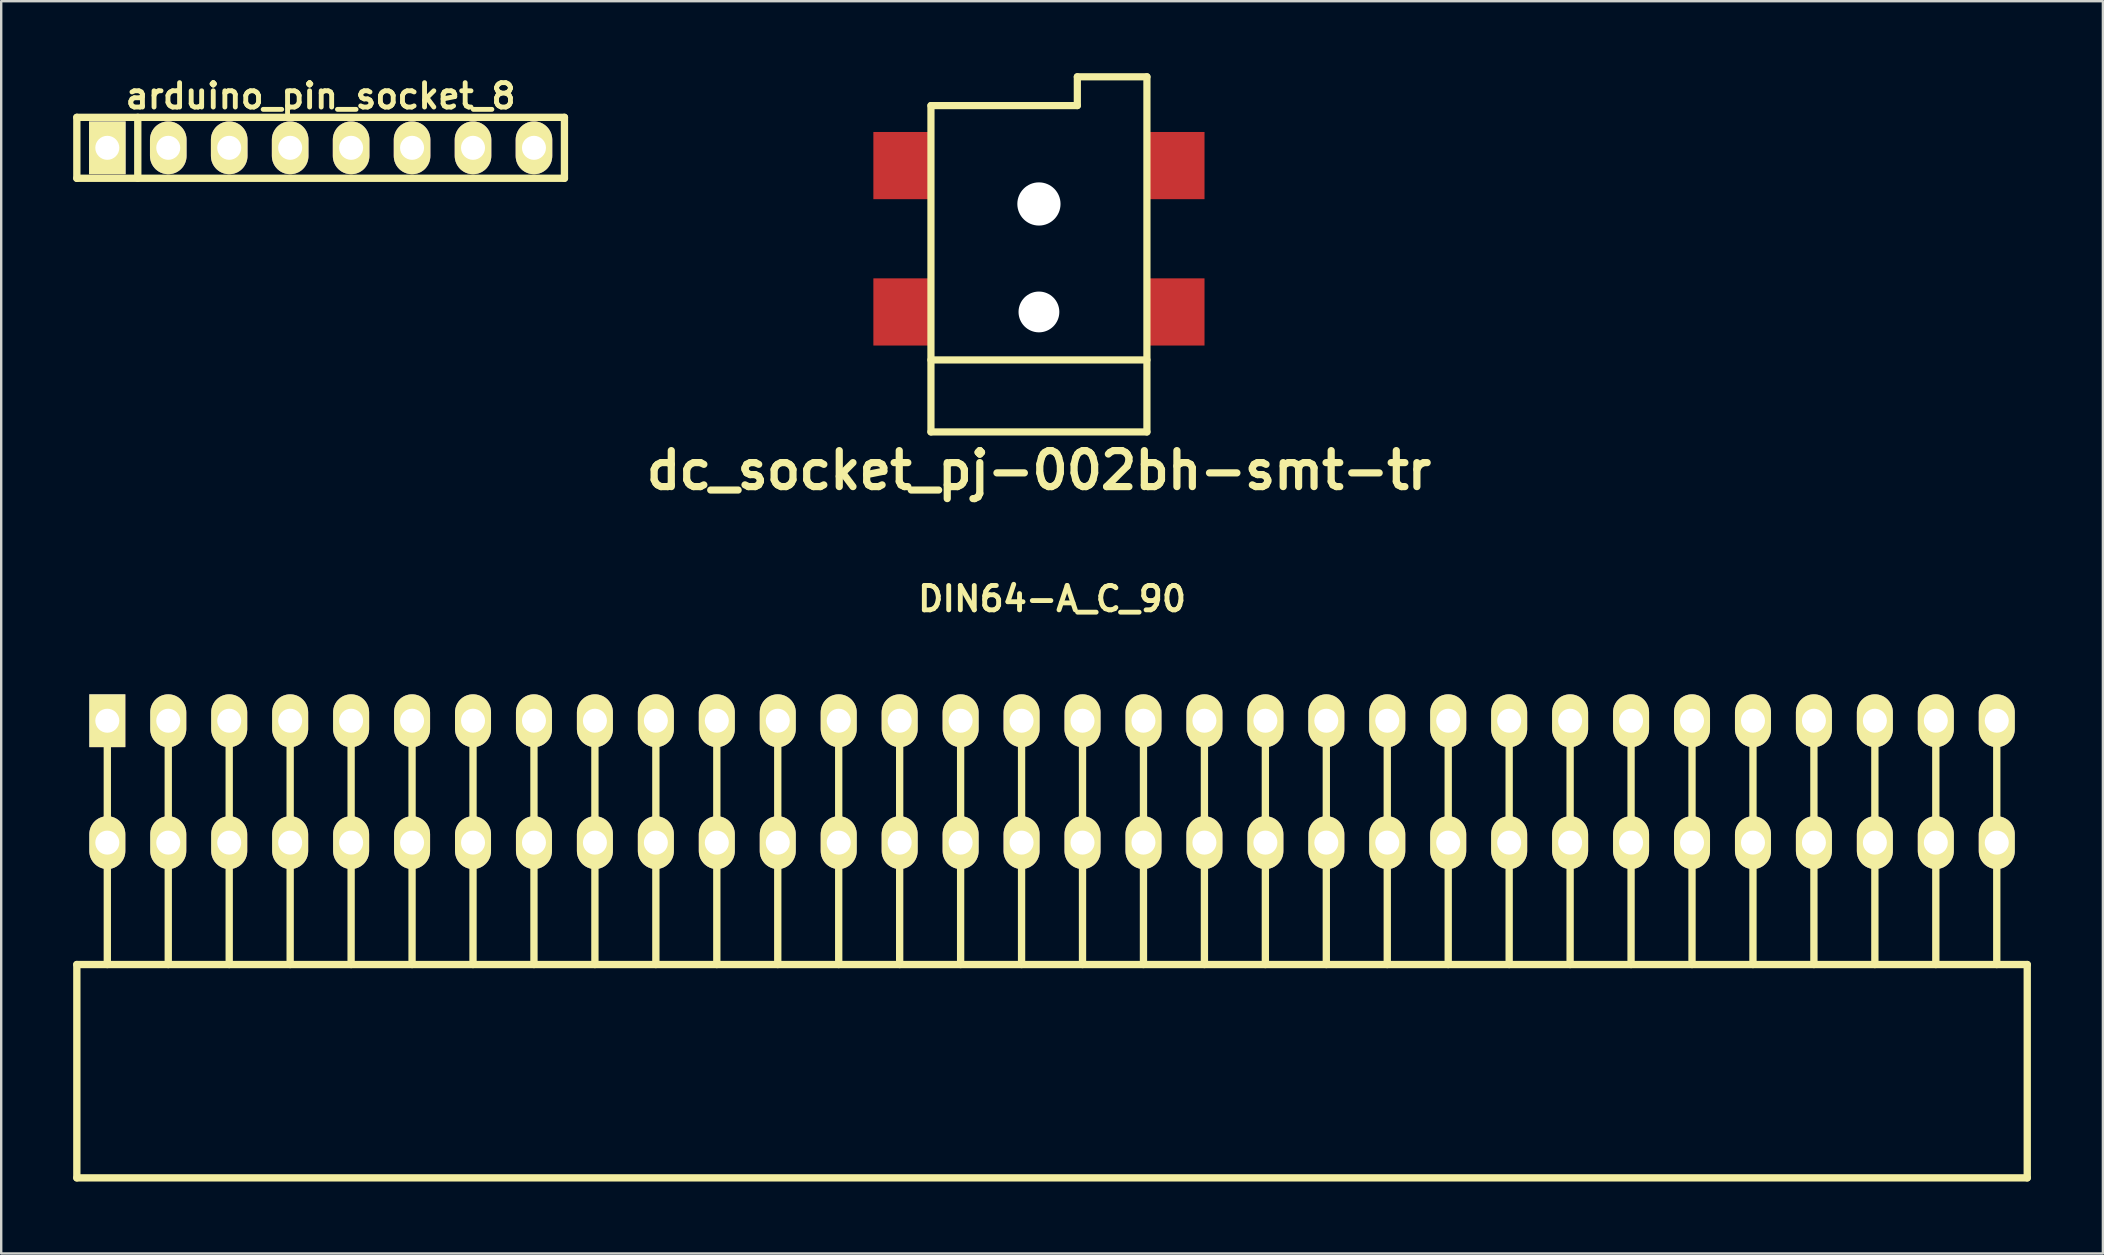
<source format=kicad_pcb>
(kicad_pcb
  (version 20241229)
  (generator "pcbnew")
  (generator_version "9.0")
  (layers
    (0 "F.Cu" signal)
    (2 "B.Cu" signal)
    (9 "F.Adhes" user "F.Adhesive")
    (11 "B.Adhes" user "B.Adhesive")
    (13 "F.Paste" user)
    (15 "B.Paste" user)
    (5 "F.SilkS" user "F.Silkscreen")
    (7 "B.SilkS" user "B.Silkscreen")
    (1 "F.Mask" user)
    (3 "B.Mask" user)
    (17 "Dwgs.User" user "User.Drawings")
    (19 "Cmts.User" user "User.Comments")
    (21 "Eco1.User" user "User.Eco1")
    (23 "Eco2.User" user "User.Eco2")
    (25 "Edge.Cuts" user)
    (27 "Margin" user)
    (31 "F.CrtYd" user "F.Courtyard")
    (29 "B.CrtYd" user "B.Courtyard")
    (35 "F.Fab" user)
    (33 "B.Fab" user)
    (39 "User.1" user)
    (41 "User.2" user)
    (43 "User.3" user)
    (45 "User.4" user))
  (footprint "arduino_pin_socket_8"
    (layer "F.Cu")
    (at 10.312 3.11)
    (property "Reference" "arduino_pin_socket_8" (at 0 -2.159 0) (layer "F.SilkS") (effects (font (size 1.016 1.016) (thickness 0.203))))
    (attr through_hole)
    (fp_line (start -10.16 -1.27) (end 10.16 -1.27) (stroke (width 0.305) (type solid)) (layer "F.SilkS"))
    (fp_line (start -10.16 1.27) (end -10.16 -1.27) (stroke (width 0.305) (type solid)) (layer "F.SilkS"))
    (fp_line (start -7.62 -1.27) (end -7.62 1.27) (stroke (width 0.305) (type solid)) (layer "F.SilkS"))
    (fp_line (start 10.16 -1.27) (end 10.16 1.27) (stroke (width 0.305) (type solid)) (layer "F.SilkS"))
    (fp_line (start 10.16 1.27) (end -10.16 1.27) (stroke (width 0.305) (type solid)) (layer "F.SilkS"))
    (pad "1" thru_hole rect (at -8.89 0) (size 1.524 2.2) (drill 1.001) (layers "*.Cu" "*.Mask" "F.SilkS"))
    (pad "2" thru_hole oval (at -6.35 0) (size 1.524 2.2) (drill 1.001) (layers "*.Cu" "*.Mask" "F.SilkS"))
    (pad "3" thru_hole oval (at -3.81 0) (size 1.524 2.2) (drill 1.001) (layers "*.Cu" "*.Mask" "F.SilkS"))
    (pad "4" thru_hole oval (at -1.27 0) (size 1.524 2.2) (drill 1.001) (layers "*.Cu" "*.Mask" "F.SilkS"))
    (pad "5" thru_hole oval (at 1.27 0) (size 1.524 2.2) (drill 1.001) (layers "*.Cu" "*.Mask" "F.SilkS"))
    (pad "6" thru_hole oval (at 3.81 0) (size 1.524 2.2) (drill 1.001) (layers "*.Cu" "*.Mask" "F.SilkS"))
    (pad "7" thru_hole oval (at 6.35 0) (size 1.524 2.2) (drill 1.001) (layers "*.Cu" "*.Mask" "F.SilkS"))
    (pad "8" thru_hole oval (at 8.89 0) (size 1.524 2.2) (drill 1.001) (layers "*.Cu" "*.Mask" "F.SilkS")))
  (footprint "DIN64-A_C_90"
    (layer "F.Cu")
    (at 40.792 29.525)
    (property "Reference" "DIN64-A_C_90" (at 0 -7.62 0) (layer "F.SilkS") (effects (font (size 1.016 1.016) (thickness 0.203))))
    (attr through_hole)
    (fp_line (start -40.64 7.62) (end 40.64 7.62) (stroke (width 0.305) (type solid)) (layer "F.SilkS"))
    (fp_line (start -40.64 16.51) (end -40.64 7.62) (stroke (width 0.305) (type solid)) (layer "F.SilkS"))
    (fp_line (start -39.37 -2.54) (end -39.37 7.62) (stroke (width 0.305) (type solid)) (layer "F.SilkS"))
    (fp_line (start -36.83 -2.54) (end -36.83 7.62) (stroke (width 0.305) (type solid)) (layer "F.SilkS"))
    (fp_line (start -34.29 7.62) (end -34.29 -2.54) (stroke (width 0.305) (type solid)) (layer "F.SilkS"))
    (fp_line (start -31.75 -2.54) (end -31.75 7.62) (stroke (width 0.305) (type solid)) (layer "F.SilkS"))
    (fp_line (start -29.21 -2.54) (end -29.21 7.62) (stroke (width 0.305) (type solid)) (layer "F.SilkS"))
    (fp_line (start -26.67 -2.54) (end -26.67 7.62) (stroke (width 0.305) (type solid)) (layer "F.SilkS"))
    (fp_line (start -24.13 -2.54) (end -24.13 7.62) (stroke (width 0.305) (type solid)) (layer "F.SilkS"))
    (fp_line (start -21.59 -2.54) (end -21.59 7.62) (stroke (width 0.305) (type solid)) (layer "F.SilkS"))
    (fp_line (start -19.05 -2.54) (end -19.05 7.62) (stroke (width 0.305) (type solid)) (layer "F.SilkS"))
    (fp_line (start -16.51 -2.54) (end -16.51 7.62) (stroke (width 0.305) (type solid)) (layer "F.SilkS"))
    (fp_line (start -13.97 -2.54) (end -13.97 7.62) (stroke (width 0.305) (type solid)) (layer "F.SilkS"))
    (fp_line (start -11.43 -2.54) (end -11.43 7.62) (stroke (width 0.305) (type solid)) (layer "F.SilkS"))
    (fp_line (start -8.89 7.62) (end -8.89 -2.54) (stroke (width 0.305) (type solid)) (layer "F.SilkS"))
    (fp_line (start -6.35 -2.54) (end -6.35 7.62) (stroke (width 0.305) (type solid)) (layer "F.SilkS"))
    (fp_line (start -3.81 -2.54) (end -3.81 7.62) (stroke (width 0.305) (type solid)) (layer "F.SilkS"))
    (fp_line (start -1.27 -2.54) (end -1.27 7.62) (stroke (width 0.305) (type solid)) (layer "F.SilkS"))
    (fp_line (start 1.27 -2.54) (end 1.27 7.62) (stroke (width 0.305) (type solid)) (layer "F.SilkS"))
    (fp_line (start 3.81 -2.54) (end 3.81 7.62) (stroke (width 0.305) (type solid)) (layer "F.SilkS"))
    (fp_line (start 6.35 7.62) (end 6.35 -2.54) (stroke (width 0.305) (type solid)) (layer "F.SilkS"))
    (fp_line (start 8.89 -2.54) (end 8.89 7.62) (stroke (width 0.305) (type solid)) (layer "F.SilkS"))
    (fp_line (start 11.43 -2.54) (end 11.43 7.62) (stroke (width 0.305) (type solid)) (layer "F.SilkS"))
    (fp_line (start 13.97 -2.54) (end 13.97 7.62) (stroke (width 0.305) (type solid)) (layer "F.SilkS"))
    (fp_line (start 16.51 -2.54) (end 16.51 7.62) (stroke (width 0.305) (type solid)) (layer "F.SilkS"))
    (fp_line (start 19.05 -2.54) (end 19.05 7.62) (stroke (width 0.305) (type solid)) (layer "F.SilkS"))
    (fp_line (start 21.59 -2.54) (end 21.59 7.62) (stroke (width 0.305) (type solid)) (layer "F.SilkS"))
    (fp_line (start 24.13 -2.54) (end 24.13 7.62) (stroke (width 0.305) (type solid)) (layer "F.SilkS"))
    (fp_line (start 26.67 -2.54) (end 26.67 7.62) (stroke (width 0.305) (type solid)) (layer "F.SilkS"))
    (fp_line (start 29.21 -2.54) (end 29.21 7.62) (stroke (width 0.305) (type solid)) (layer "F.SilkS"))
    (fp_line (start 31.75 7.62) (end 31.75 -2.54) (stroke (width 0.305) (type solid)) (layer "F.SilkS"))
    (fp_line (start 34.29 -2.54) (end 34.29 7.62) (stroke (width 0.305) (type solid)) (layer "F.SilkS"))
    (fp_line (start 36.83 -2.54) (end 36.83 7.62) (stroke (width 0.305) (type solid)) (layer "F.SilkS"))
    (fp_line (start 39.37 -2.54) (end 39.37 7.62) (stroke (width 0.305) (type solid)) (layer "F.SilkS"))
    (fp_line (start 40.64 7.62) (end 40.64 16.51) (stroke (width 0.305) (type solid)) (layer "F.SilkS"))
    (fp_line (start 40.64 16.51) (end -40.64 16.51) (stroke (width 0.305) (type solid)) (layer "F.SilkS"))
    (pad "1" thru_hole rect (at -39.37 -2.54) (size 1.5 2.2) (drill 1) (layers "*.Cu" "*.Mask" "F.SilkS"))
    (pad "2" thru_hole oval (at -36.83 -2.54) (size 1.5 2.2) (drill 1) (layers "*.Cu" "*.Mask" "F.SilkS"))
    (pad "3" thru_hole oval (at -34.29 -2.54) (size 1.5 2.2) (drill 1) (layers "*.Cu" "*.Mask" "F.SilkS"))
    (pad "4" thru_hole oval (at -31.75 -2.54) (size 1.5 2.2) (drill 1) (layers "*.Cu" "*.Mask" "F.SilkS"))
    (pad "5" thru_hole oval (at -29.21 -2.54) (size 1.5 2.2) (drill 1) (layers "*.Cu" "*.Mask" "F.SilkS"))
    (pad "6" thru_hole oval (at -26.67 -2.54) (size 1.5 2.2) (drill 1) (layers "*.Cu" "*.Mask" "F.SilkS"))
    (pad "7" thru_hole oval (at -24.13 -2.54) (size 1.5 2.2) (drill 1) (layers "*.Cu" "*.Mask" "F.SilkS"))
    (pad "8" thru_hole oval (at -21.59 -2.54) (size 1.5 2.2) (drill 1) (layers "*.Cu" "*.Mask" "F.SilkS"))
    (pad "9" thru_hole oval (at -19.05 -2.54) (size 1.5 2.2) (drill 1) (layers "*.Cu" "*.Mask" "F.SilkS"))
    (pad "10" thru_hole oval (at -16.51 -2.54) (size 1.5 2.2) (drill 1) (layers "*.Cu" "*.Mask" "F.SilkS"))
    (pad "11" thru_hole oval (at -13.97 -2.54) (size 1.5 2.2) (drill 1) (layers "*.Cu" "*.Mask" "F.SilkS"))
    (pad "12" thru_hole oval (at -11.43 -2.54) (size 1.5 2.2) (drill 1) (layers "*.Cu" "*.Mask" "F.SilkS"))
    (pad "13" thru_hole oval (at -8.89 -2.54) (size 1.5 2.2) (drill 1) (layers "*.Cu" "*.Mask" "F.SilkS"))
    (pad "14" thru_hole oval (at -6.35 -2.54) (size 1.5 2.2) (drill 1) (layers "*.Cu" "*.Mask" "F.SilkS"))
    (pad "15" thru_hole oval (at -3.81 -2.54) (size 1.5 2.2) (drill 1) (layers "*.Cu" "*.Mask" "F.SilkS"))
    (pad "16" thru_hole oval (at -1.27 -2.54) (size 1.5 2.2) (drill 1) (layers "*.Cu" "*.Mask" "F.SilkS"))
    (pad "17" thru_hole oval (at 1.27 -2.54) (size 1.5 2.2) (drill 1) (layers "*.Cu" "*.Mask" "F.SilkS"))
    (pad "18" thru_hole oval (at 3.81 -2.54) (size 1.5 2.2) (drill 1) (layers "*.Cu" "*.Mask" "F.SilkS"))
    (pad "19" thru_hole oval (at 6.35 -2.54) (size 1.5 2.2) (drill 1) (layers "*.Cu" "*.Mask" "F.SilkS"))
    (pad "20" thru_hole oval (at 8.89 -2.54) (size 1.5 2.2) (drill 1) (layers "*.Cu" "*.Mask" "F.SilkS"))
    (pad "21" thru_hole oval (at 11.43 -2.54) (size 1.5 2.2) (drill 1) (layers "*.Cu" "*.Mask" "F.SilkS"))
    (pad "22" thru_hole oval (at 13.97 -2.54) (size 1.5 2.2) (drill 1) (layers "*.Cu" "*.Mask" "F.SilkS"))
    (pad "23" thru_hole oval (at 16.51 -2.54) (size 1.5 2.2) (drill 1) (layers "*.Cu" "*.Mask" "F.SilkS"))
    (pad "24" thru_hole oval (at 19.05 -2.54) (size 1.5 2.2) (drill 1) (layers "*.Cu" "*.Mask" "F.SilkS"))
    (pad "25" thru_hole oval (at 21.59 -2.54) (size 1.5 2.2) (drill 1) (layers "*.Cu" "*.Mask" "F.SilkS"))
    (pad "26" thru_hole oval (at 24.13 -2.54) (size 1.5 2.2) (drill 1) (layers "*.Cu" "*.Mask" "F.SilkS"))
    (pad "27" thru_hole oval (at 26.67 -2.54) (size 1.5 2.2) (drill 1) (layers "*.Cu" "*.Mask" "F.SilkS"))
    (pad "28" thru_hole oval (at 29.21 -2.54) (size 1.5 2.2) (drill 1) (layers "*.Cu" "*.Mask" "F.SilkS"))
    (pad "29" thru_hole oval (at 31.75 -2.54) (size 1.5 2.2) (drill 1) (layers "*.Cu" "*.Mask" "F.SilkS"))
    (pad "30" thru_hole oval (at 34.29 -2.54) (size 1.5 2.2) (drill 1) (layers "*.Cu" "*.Mask" "F.SilkS"))
    (pad "31" thru_hole oval (at 36.83 -2.54) (size 1.5 2.2) (drill 1) (layers "*.Cu" "*.Mask" "F.SilkS"))
    (pad "32" thru_hole oval (at 39.37 -2.54) (size 1.5 2.2) (drill 1) (layers "*.Cu" "*.Mask" "F.SilkS"))
    (pad "33" thru_hole oval (at -39.37 2.54) (size 1.5 2.2) (drill 1) (layers "*.Cu" "*.Mask" "F.SilkS"))
    (pad "34" thru_hole oval (at -36.83 2.54) (size 1.5 2.2) (drill 1) (layers "*.Cu" "*.Mask" "F.SilkS"))
    (pad "35" thru_hole oval (at -34.29 2.54) (size 1.5 2.2) (drill 1) (layers "*.Cu" "*.Mask" "F.SilkS"))
    (pad "36" thru_hole oval (at -31.75 2.54) (size 1.5 2.2) (drill 1) (layers "*.Cu" "*.Mask" "F.SilkS"))
    (pad "37" thru_hole oval (at -29.21 2.54) (size 1.5 2.2) (drill 1) (layers "*.Cu" "*.Mask" "F.SilkS"))
    (pad "38" thru_hole oval (at -26.67 2.54) (size 1.5 2.2) (drill 1) (layers "*.Cu" "*.Mask" "F.SilkS"))
    (pad "39" thru_hole oval (at -24.13 2.54) (size 1.5 2.2) (drill 1) (layers "*.Cu" "*.Mask" "F.SilkS"))
    (pad "40" thru_hole oval (at -21.59 2.54) (size 1.5 2.2) (drill 1) (layers "*.Cu" "*.Mask" "F.SilkS"))
    (pad "41" thru_hole oval (at -19.05 2.54) (size 1.5 2.2) (drill 1) (layers "*.Cu" "*.Mask" "F.SilkS"))
    (pad "42" thru_hole oval (at -16.51 2.54) (size 1.5 2.2) (drill 1) (layers "*.Cu" "*.Mask" "F.SilkS"))
    (pad "43" thru_hole oval (at -13.97 2.54) (size 1.5 2.2) (drill 1) (layers "*.Cu" "*.Mask" "F.SilkS"))
    (pad "44" thru_hole oval (at -11.43 2.54) (size 1.5 2.2) (drill 1) (layers "*.Cu" "*.Mask" "F.SilkS"))
    (pad "45" thru_hole oval (at -8.89 2.54) (size 1.5 2.2) (drill 1) (layers "*.Cu" "*.Mask" "F.SilkS"))
    (pad "46" thru_hole oval (at -6.35 2.54) (size 1.5 2.2) (drill 1) (layers "*.Cu" "*.Mask" "F.SilkS"))
    (pad "47" thru_hole oval (at -3.81 2.54) (size 1.5 2.2) (drill 1) (layers "*.Cu" "*.Mask" "F.SilkS"))
    (pad "48" thru_hole oval (at -1.27 2.54) (size 1.5 2.2) (drill 1) (layers "*.Cu" "*.Mask" "F.SilkS"))
    (pad "49" thru_hole oval (at 1.27 2.54) (size 1.5 2.2) (drill 1) (layers "*.Cu" "*.Mask" "F.SilkS"))
    (pad "50" thru_hole oval (at 3.81 2.54) (size 1.5 2.2) (drill 1) (layers "*.Cu" "*.Mask" "F.SilkS"))
    (pad "51" thru_hole oval (at 6.35 2.54) (size 1.5 2.2) (drill 1) (layers "*.Cu" "*.Mask" "F.SilkS"))
    (pad "52" thru_hole oval (at 8.89 2.54) (size 1.5 2.2) (drill 1) (layers "*.Cu" "*.Mask" "F.SilkS"))
    (pad "53" thru_hole oval (at 11.43 2.54) (size 1.5 2.2) (drill 1) (layers "*.Cu" "*.Mask" "F.SilkS"))
    (pad "54" thru_hole oval (at 13.97 2.54) (size 1.5 2.2) (drill 1) (layers "*.Cu" "*.Mask" "F.SilkS"))
    (pad "55" thru_hole oval (at 16.51 2.54) (size 1.5 2.2) (drill 1) (layers "*.Cu" "*.Mask" "F.SilkS"))
    (pad "56" thru_hole oval (at 19.05 2.54) (size 1.5 2.2) (drill 1) (layers "*.Cu" "*.Mask" "F.SilkS"))
    (pad "57" thru_hole oval (at 21.59 2.54) (size 1.5 2.2) (drill 1) (layers "*.Cu" "*.Mask" "F.SilkS"))
    (pad "58" thru_hole oval (at 24.13 2.54) (size 1.5 2.2) (drill 1) (layers "*.Cu" "*.Mask" "F.SilkS"))
    (pad "59" thru_hole oval (at 26.67 2.54) (size 1.5 2.2) (drill 1) (layers "*.Cu" "*.Mask" "F.SilkS"))
    (pad "60" thru_hole oval (at 29.21 2.54) (size 1.5 2.2) (drill 1) (layers "*.Cu" "*.Mask" "F.SilkS"))
    (pad "61" thru_hole oval (at 31.75 2.54) (size 1.5 2.2) (drill 1) (layers "*.Cu" "*.Mask" "F.SilkS"))
    (pad "62" thru_hole oval (at 34.29 2.54) (size 1.5 2.2) (drill 1) (layers "*.Cu" "*.Mask" "F.SilkS"))
    (pad "63" thru_hole oval (at 36.83 2.54) (size 1.5 2.2) (drill 1) (layers "*.Cu" "*.Mask" "F.SilkS"))
    (pad "64" thru_hole oval (at 39.37 2.54) (size 1.5 2.2) (drill 1) (layers "*.Cu" "*.Mask" "F.SilkS")))
  (footprint "dc_socket_pj-002bh-smt-tr"
    (layer "F.Cu")
    (at 40.246 9.95)
    (property "Reference" "dc_socket_pj-002bh-smt-tr" (at 0 6.6 0) (layer "F.SilkS") (effects (font (size 1.5 1.5) (thickness 0.3))))
    (attr smd)
    (fp_line (start -4.5 -8.6) (end -4.5 5) (stroke (width 0.3) (type solid)) (layer "F.SilkS"))
    (fp_line (start -4.5 2) (end 4.5 2) (stroke (width 0.3) (type solid)) (layer "F.SilkS"))
    (fp_line (start -4.5 5) (end 4.5 5) (stroke (width 0.3) (type solid)) (layer "F.SilkS"))
    (fp_line (start 1.6 -8.6) (end -4.5 -8.6) (stroke (width 0.3) (type solid)) (layer "F.SilkS"))
    (fp_line (start 1.6 -8.6) (end 1.6 -9.8) (stroke (width 0.3) (type solid)) (layer "F.SilkS"))
    (fp_line (start 4.5 -9.8) (end 1.6 -9.8) (stroke (width 0.3) (type solid)) (layer "F.SilkS"))
    (fp_line (start 4.5 5) (end 4.5 -9.8) (stroke (width 0.3) (type solid)) (layer "F.SilkS"))
    (pad "" np_thru_hole circle (at 0 -4.5) (size 1.8 1.8) (drill 1.8) (layers "*.Cu" "*.Mask"))
    (pad "" np_thru_hole circle (at 0 0) (size 1.7 1.7) (drill 1.7) (layers "*.Cu" "*.Mask"))
    (pad "1" smd rect (at 5.7 -6.1) (size 2.4 2.8) (layers "F.Cu" "F.Mask" "F.Paste"))
    (pad "2" smd rect (at 5.7 0) (size 2.4 2.8) (layers "F.Cu" "F.Mask" "F.Paste"))
    (pad "3" smd rect (at -5.7 -6.1) (size 2.4 2.8) (layers "F.Cu" "F.Mask" "F.Paste"))
    (pad "3" smd rect (at -5.7 0) (size 2.4 2.8) (layers "F.Cu" "F.Mask" "F.Paste")))
  (gr_rect
    (start -3 -3)
    (end 84.585 49.187)
    (stroke (width 0.1) (type default))
    (fill no)
    (layer "Edge.Cuts")))
</source>
